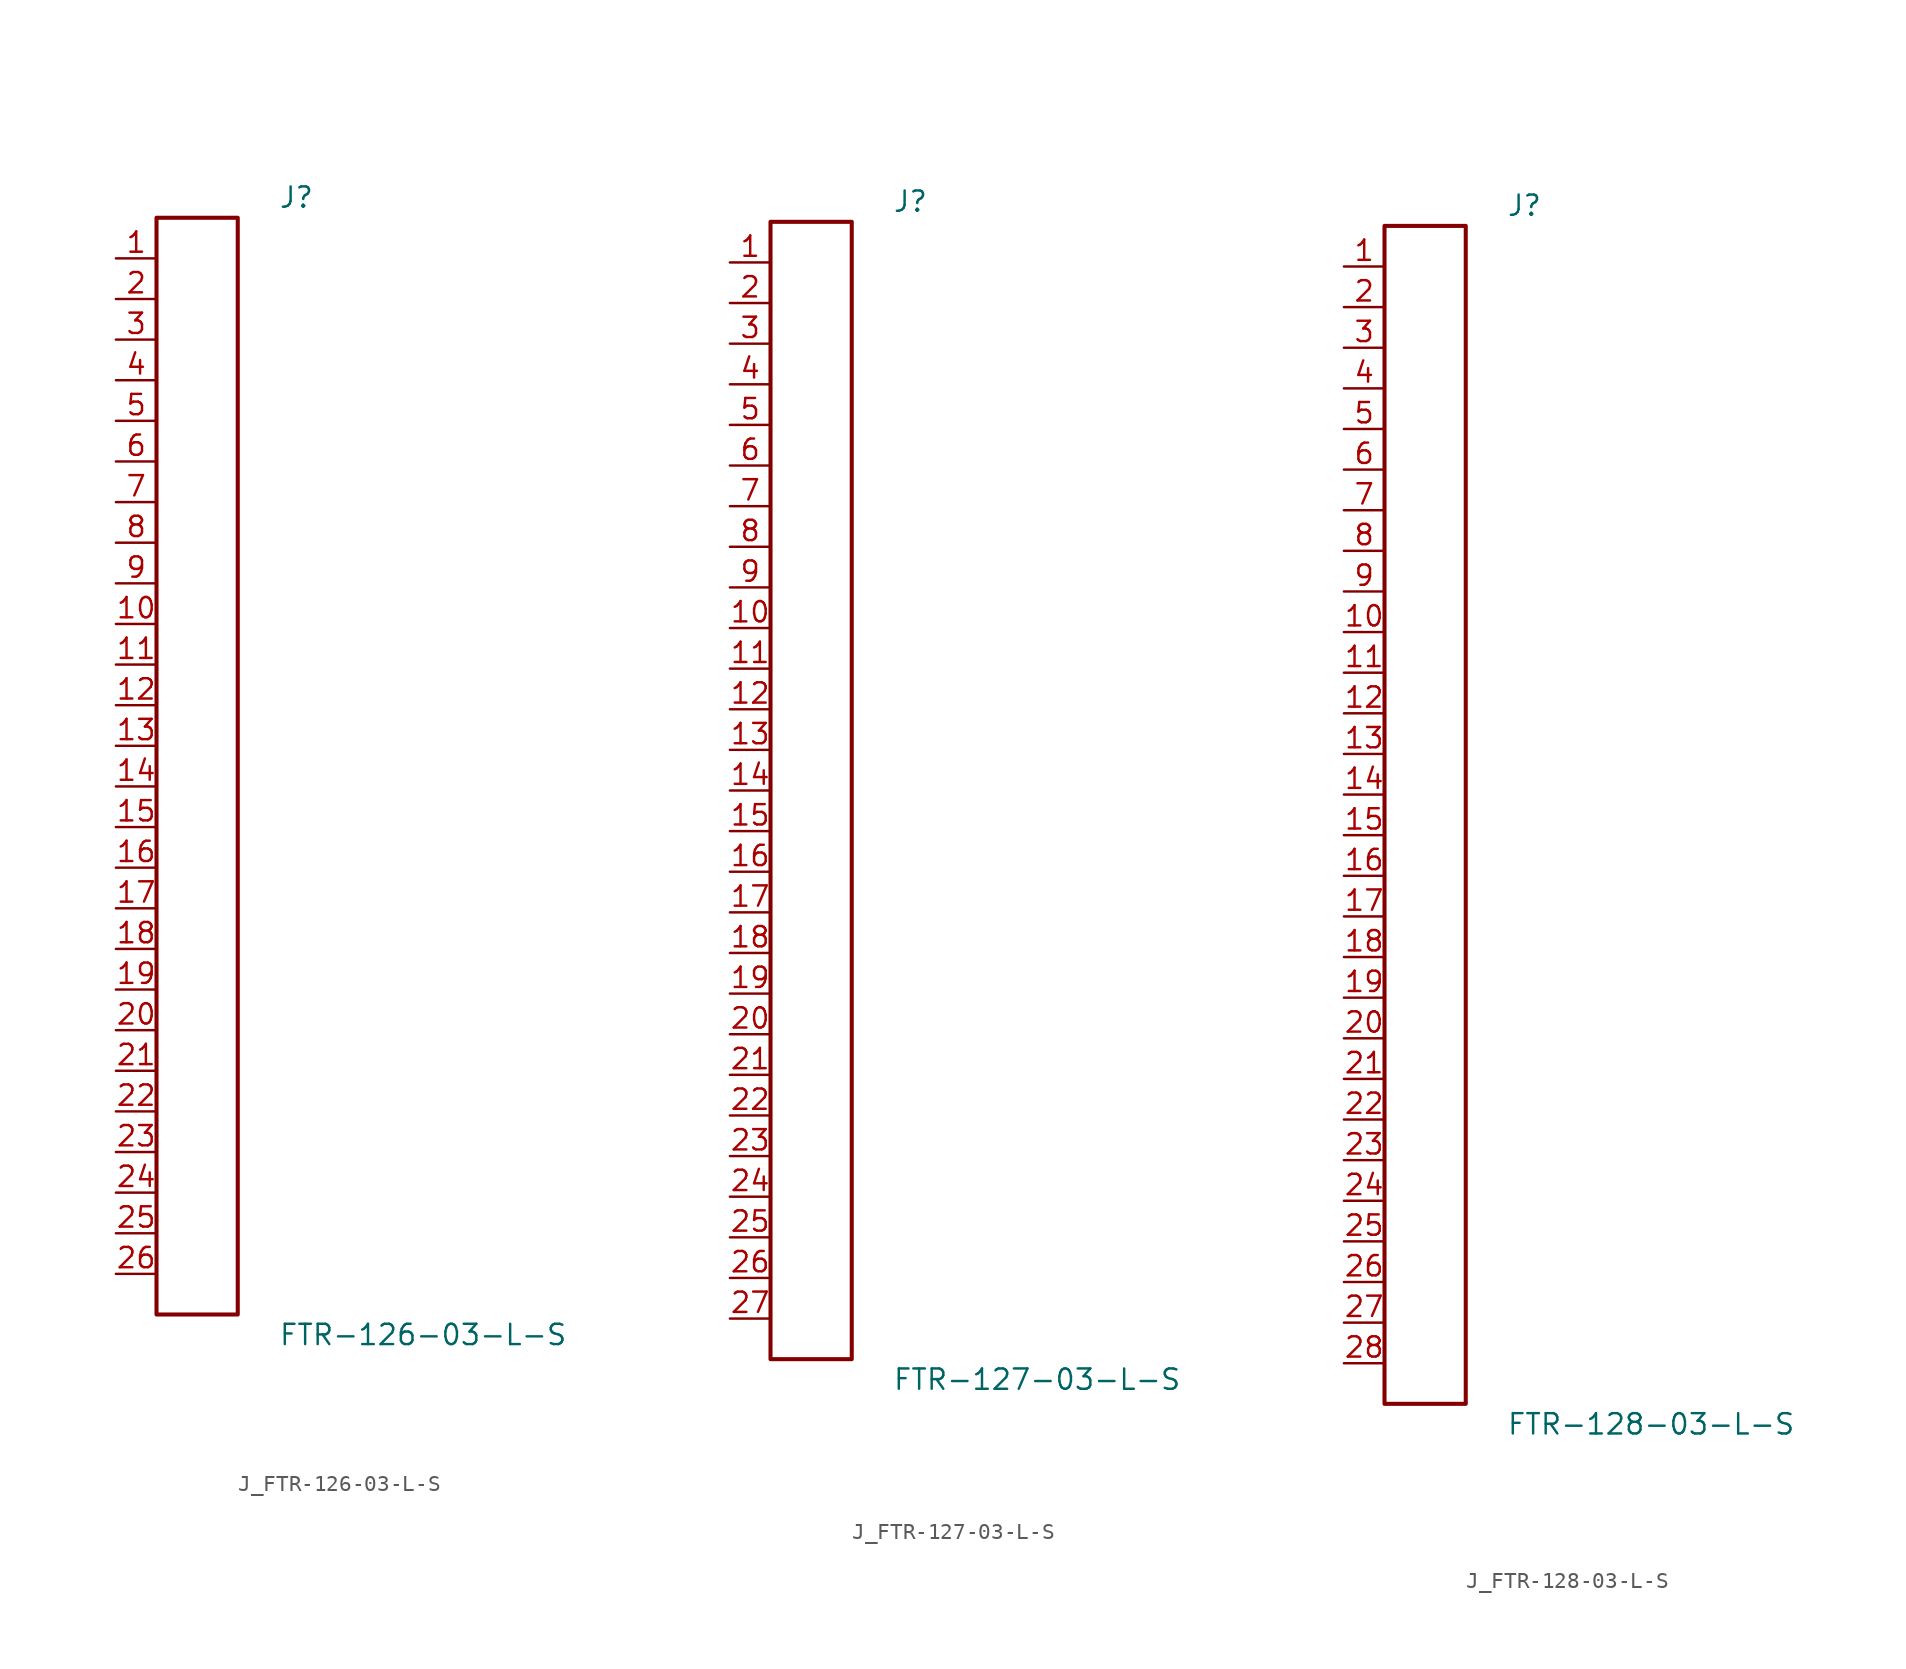
<source format=kicad_sym>
(kicad_symbol_lib
  (version 20231120)
  (generator kicad_symbol_editor)
  (generator_version 8.0)
  (symbol "J_FTR-126-03-L-S"
    (pin_names
      (offset 0.254))
    (property "Reference" "J"
      (at 5.08 35.56 0)
      (effects (font (size 1.27 1.27)) (justify left)))
    (property "Value" "FTR-126-03-L-S"
      (at 5.08 -35.56 0)
      (effects (font (size 1.27 1.27)) (justify left)))
    (symbol "J_FTR-126-03-L-S_0_0"
      (pin unspecified line (at -5.08 31.75 0) (length 2.54) (name "" (effects (font (size 1.27 1.27)))) (number "1" (effects (font (size 1.27 1.27)))))
      (pin unspecified line (at -5.08 29.21 0) (length 2.54) (name "" (effects (font (size 1.27 1.27)))) (number "2" (effects (font (size 1.27 1.27)))))
      (pin unspecified line (at -5.08 26.67 0) (length 2.54) (name "" (effects (font (size 1.27 1.27)))) (number "3" (effects (font (size 1.27 1.27)))))
      (pin unspecified line (at -5.08 24.13 0) (length 2.54) (name "" (effects (font (size 1.27 1.27)))) (number "4" (effects (font (size 1.27 1.27)))))
      (pin unspecified line (at -5.08 21.59 0) (length 2.54) (name "" (effects (font (size 1.27 1.27)))) (number "5" (effects (font (size 1.27 1.27)))))
      (pin unspecified line (at -5.08 19.05 0) (length 2.54) (name "" (effects (font (size 1.27 1.27)))) (number "6" (effects (font (size 1.27 1.27)))))
      (pin unspecified line (at -5.08 16.51 0) (length 2.54) (name "" (effects (font (size 1.27 1.27)))) (number "7" (effects (font (size 1.27 1.27)))))
      (pin unspecified line (at -5.08 13.97 0) (length 2.54) (name "" (effects (font (size 1.27 1.27)))) (number "8" (effects (font (size 1.27 1.27)))))
      (pin unspecified line (at -5.08 11.43 0) (length 2.54) (name "" (effects (font (size 1.27 1.27)))) (number "9" (effects (font (size 1.27 1.27)))))
      (pin unspecified line (at -5.08 8.89 0) (length 2.54) (name "" (effects (font (size 1.27 1.27)))) (number "10" (effects (font (size 1.27 1.27)))))
      (pin unspecified line (at -5.08 6.35 0) (length 2.54) (name "" (effects (font (size 1.27 1.27)))) (number "11" (effects (font (size 1.27 1.27)))))
      (pin unspecified line (at -5.08 3.81 0) (length 2.54) (name "" (effects (font (size 1.27 1.27)))) (number "12" (effects (font (size 1.27 1.27)))))
      (pin unspecified line (at -5.08 1.27 0) (length 2.54) (name "" (effects (font (size 1.27 1.27)))) (number "13" (effects (font (size 1.27 1.27)))))
      (pin unspecified line (at -5.08 -1.27 0) (length 2.54) (name "" (effects (font (size 1.27 1.27)))) (number "14" (effects (font (size 1.27 1.27)))))
      (pin unspecified line (at -5.08 -3.81 0) (length 2.54) (name "" (effects (font (size 1.27 1.27)))) (number "15" (effects (font (size 1.27 1.27)))))
      (pin unspecified line (at -5.08 -6.35 0) (length 2.54) (name "" (effects (font (size 1.27 1.27)))) (number "16" (effects (font (size 1.27 1.27)))))
      (pin unspecified line (at -5.08 -8.89 0) (length 2.54) (name "" (effects (font (size 1.27 1.27)))) (number "17" (effects (font (size 1.27 1.27)))))
      (pin unspecified line (at -5.08 -11.43 0) (length 2.54) (name "" (effects (font (size 1.27 1.27)))) (number "18" (effects (font (size 1.27 1.27)))))
      (pin unspecified line (at -5.08 -13.97 0) (length 2.54) (name "" (effects (font (size 1.27 1.27)))) (number "19" (effects (font (size 1.27 1.27)))))
      (pin unspecified line (at -5.08 -16.51 0) (length 2.54) (name "" (effects (font (size 1.27 1.27)))) (number "20" (effects (font (size 1.27 1.27)))))
      (pin unspecified line (at -5.08 -19.05 0) (length 2.54) (name "" (effects (font (size 1.27 1.27)))) (number "21" (effects (font (size 1.27 1.27)))))
      (pin unspecified line (at -5.08 -21.59 0) (length 2.54) (name "" (effects (font (size 1.27 1.27)))) (number "22" (effects (font (size 1.27 1.27)))))
      (pin unspecified line (at -5.08 -24.13 0) (length 2.54) (name "" (effects (font (size 1.27 1.27)))) (number "23" (effects (font (size 1.27 1.27)))))
      (pin unspecified line (at -5.08 -26.67 0) (length 2.54) (name "" (effects (font (size 1.27 1.27)))) (number "24" (effects (font (size 1.27 1.27)))))
      (pin unspecified line (at -5.08 -29.21 0) (length 2.54) (name "" (effects (font (size 1.27 1.27)))) (number "25" (effects (font (size 1.27 1.27)))))
      (pin unspecified line (at -5.08 -31.75 0) (length 2.54) (name "" (effects (font (size 1.27 1.27)))) (number "26" (effects (font (size 1.27 1.27))))))
    (symbol "J_FTR-126-03-L-S_1_0"
      (rectangle (start -2.54 34.29) (end 2.54 -34.29) (stroke (width 0.254) (type solid)) (fill (type none)))))
  (symbol "J_FTR-127-03-L-S"
    (pin_names
      (offset 0.254))
    (property "Reference" "J"
      (at 5.08 36.83 0)
      (effects (font (size 1.27 1.27)) (justify left)))
    (property "Value" "FTR-127-03-L-S"
      (at 5.08 -36.83 0)
      (effects (font (size 1.27 1.27)) (justify left)))
    (symbol "J_FTR-127-03-L-S_0_0"
      (pin unspecified line (at -5.08 33.02 0) (length 2.54) (name "" (effects (font (size 1.27 1.27)))) (number "1" (effects (font (size 1.27 1.27)))))
      (pin unspecified line (at -5.08 30.48 0) (length 2.54) (name "" (effects (font (size 1.27 1.27)))) (number "2" (effects (font (size 1.27 1.27)))))
      (pin unspecified line (at -5.08 27.94 0) (length 2.54) (name "" (effects (font (size 1.27 1.27)))) (number "3" (effects (font (size 1.27 1.27)))))
      (pin unspecified line (at -5.08 25.4 0) (length 2.54) (name "" (effects (font (size 1.27 1.27)))) (number "4" (effects (font (size 1.27 1.27)))))
      (pin unspecified line (at -5.08 22.86 0) (length 2.54) (name "" (effects (font (size 1.27 1.27)))) (number "5" (effects (font (size 1.27 1.27)))))
      (pin unspecified line (at -5.08 20.32 0) (length 2.54) (name "" (effects (font (size 1.27 1.27)))) (number "6" (effects (font (size 1.27 1.27)))))
      (pin unspecified line (at -5.08 17.78 0) (length 2.54) (name "" (effects (font (size 1.27 1.27)))) (number "7" (effects (font (size 1.27 1.27)))))
      (pin unspecified line (at -5.08 15.24 0) (length 2.54) (name "" (effects (font (size 1.27 1.27)))) (number "8" (effects (font (size 1.27 1.27)))))
      (pin unspecified line (at -5.08 12.7 0) (length 2.54) (name "" (effects (font (size 1.27 1.27)))) (number "9" (effects (font (size 1.27 1.27)))))
      (pin unspecified line (at -5.08 10.16 0) (length 2.54) (name "" (effects (font (size 1.27 1.27)))) (number "10" (effects (font (size 1.27 1.27)))))
      (pin unspecified line (at -5.08 7.62 0) (length 2.54) (name "" (effects (font (size 1.27 1.27)))) (number "11" (effects (font (size 1.27 1.27)))))
      (pin unspecified line (at -5.08 5.08 0) (length 2.54) (name "" (effects (font (size 1.27 1.27)))) (number "12" (effects (font (size 1.27 1.27)))))
      (pin unspecified line (at -5.08 2.54 0) (length 2.54) (name "" (effects (font (size 1.27 1.27)))) (number "13" (effects (font (size 1.27 1.27)))))
      (pin unspecified line (at -5.08 0.0 0) (length 2.54) (name "" (effects (font (size 1.27 1.27)))) (number "14" (effects (font (size 1.27 1.27)))))
      (pin unspecified line (at -5.08 -2.54 0) (length 2.54) (name "" (effects (font (size 1.27 1.27)))) (number "15" (effects (font (size 1.27 1.27)))))
      (pin unspecified line (at -5.08 -5.08 0) (length 2.54) (name "" (effects (font (size 1.27 1.27)))) (number "16" (effects (font (size 1.27 1.27)))))
      (pin unspecified line (at -5.08 -7.62 0) (length 2.54) (name "" (effects (font (size 1.27 1.27)))) (number "17" (effects (font (size 1.27 1.27)))))
      (pin unspecified line (at -5.08 -10.16 0) (length 2.54) (name "" (effects (font (size 1.27 1.27)))) (number "18" (effects (font (size 1.27 1.27)))))
      (pin unspecified line (at -5.08 -12.7 0) (length 2.54) (name "" (effects (font (size 1.27 1.27)))) (number "19" (effects (font (size 1.27 1.27)))))
      (pin unspecified line (at -5.08 -15.24 0) (length 2.54) (name "" (effects (font (size 1.27 1.27)))) (number "20" (effects (font (size 1.27 1.27)))))
      (pin unspecified line (at -5.08 -17.78 0) (length 2.54) (name "" (effects (font (size 1.27 1.27)))) (number "21" (effects (font (size 1.27 1.27)))))
      (pin unspecified line (at -5.08 -20.32 0) (length 2.54) (name "" (effects (font (size 1.27 1.27)))) (number "22" (effects (font (size 1.27 1.27)))))
      (pin unspecified line (at -5.08 -22.86 0) (length 2.54) (name "" (effects (font (size 1.27 1.27)))) (number "23" (effects (font (size 1.27 1.27)))))
      (pin unspecified line (at -5.08 -25.4 0) (length 2.54) (name "" (effects (font (size 1.27 1.27)))) (number "24" (effects (font (size 1.27 1.27)))))
      (pin unspecified line (at -5.08 -27.94 0) (length 2.54) (name "" (effects (font (size 1.27 1.27)))) (number "25" (effects (font (size 1.27 1.27)))))
      (pin unspecified line (at -5.08 -30.48 0) (length 2.54) (name "" (effects (font (size 1.27 1.27)))) (number "26" (effects (font (size 1.27 1.27)))))
      (pin unspecified line (at -5.08 -33.02 0) (length 2.54) (name "" (effects (font (size 1.27 1.27)))) (number "27" (effects (font (size 1.27 1.27))))))
    (symbol "J_FTR-127-03-L-S_1_0"
      (rectangle (start -2.54 35.56) (end 2.54 -35.56) (stroke (width 0.254) (type solid)) (fill (type none)))))
  (symbol "J_FTR-128-03-L-S"
    (pin_names
      (offset 0.254))
    (property "Reference" "J"
      (at 5.08 38.1 0)
      (effects (font (size 1.27 1.27)) (justify left)))
    (property "Value" "FTR-128-03-L-S"
      (at 5.08 -38.1 0)
      (effects (font (size 1.27 1.27)) (justify left)))
    (symbol "J_FTR-128-03-L-S_0_0"
      (pin unspecified line (at -5.08 34.29 0) (length 2.54) (name "" (effects (font (size 1.27 1.27)))) (number "1" (effects (font (size 1.27 1.27)))))
      (pin unspecified line (at -5.08 31.75 0) (length 2.54) (name "" (effects (font (size 1.27 1.27)))) (number "2" (effects (font (size 1.27 1.27)))))
      (pin unspecified line (at -5.08 29.21 0) (length 2.54) (name "" (effects (font (size 1.27 1.27)))) (number "3" (effects (font (size 1.27 1.27)))))
      (pin unspecified line (at -5.08 26.67 0) (length 2.54) (name "" (effects (font (size 1.27 1.27)))) (number "4" (effects (font (size 1.27 1.27)))))
      (pin unspecified line (at -5.08 24.13 0) (length 2.54) (name "" (effects (font (size 1.27 1.27)))) (number "5" (effects (font (size 1.27 1.27)))))
      (pin unspecified line (at -5.08 21.59 0) (length 2.54) (name "" (effects (font (size 1.27 1.27)))) (number "6" (effects (font (size 1.27 1.27)))))
      (pin unspecified line (at -5.08 19.05 0) (length 2.54) (name "" (effects (font (size 1.27 1.27)))) (number "7" (effects (font (size 1.27 1.27)))))
      (pin unspecified line (at -5.08 16.51 0) (length 2.54) (name "" (effects (font (size 1.27 1.27)))) (number "8" (effects (font (size 1.27 1.27)))))
      (pin unspecified line (at -5.08 13.97 0) (length 2.54) (name "" (effects (font (size 1.27 1.27)))) (number "9" (effects (font (size 1.27 1.27)))))
      (pin unspecified line (at -5.08 11.43 0) (length 2.54) (name "" (effects (font (size 1.27 1.27)))) (number "10" (effects (font (size 1.27 1.27)))))
      (pin unspecified line (at -5.08 8.89 0) (length 2.54) (name "" (effects (font (size 1.27 1.27)))) (number "11" (effects (font (size 1.27 1.27)))))
      (pin unspecified line (at -5.08 6.35 0) (length 2.54) (name "" (effects (font (size 1.27 1.27)))) (number "12" (effects (font (size 1.27 1.27)))))
      (pin unspecified line (at -5.08 3.81 0) (length 2.54) (name "" (effects (font (size 1.27 1.27)))) (number "13" (effects (font (size 1.27 1.27)))))
      (pin unspecified line (at -5.08 1.27 0) (length 2.54) (name "" (effects (font (size 1.27 1.27)))) (number "14" (effects (font (size 1.27 1.27)))))
      (pin unspecified line (at -5.08 -1.27 0) (length 2.54) (name "" (effects (font (size 1.27 1.27)))) (number "15" (effects (font (size 1.27 1.27)))))
      (pin unspecified line (at -5.08 -3.81 0) (length 2.54) (name "" (effects (font (size 1.27 1.27)))) (number "16" (effects (font (size 1.27 1.27)))))
      (pin unspecified line (at -5.08 -6.35 0) (length 2.54) (name "" (effects (font (size 1.27 1.27)))) (number "17" (effects (font (size 1.27 1.27)))))
      (pin unspecified line (at -5.08 -8.89 0) (length 2.54) (name "" (effects (font (size 1.27 1.27)))) (number "18" (effects (font (size 1.27 1.27)))))
      (pin unspecified line (at -5.08 -11.43 0) (length 2.54) (name "" (effects (font (size 1.27 1.27)))) (number "19" (effects (font (size 1.27 1.27)))))
      (pin unspecified line (at -5.08 -13.97 0) (length 2.54) (name "" (effects (font (size 1.27 1.27)))) (number "20" (effects (font (size 1.27 1.27)))))
      (pin unspecified line (at -5.08 -16.51 0) (length 2.54) (name "" (effects (font (size 1.27 1.27)))) (number "21" (effects (font (size 1.27 1.27)))))
      (pin unspecified line (at -5.08 -19.05 0) (length 2.54) (name "" (effects (font (size 1.27 1.27)))) (number "22" (effects (font (size 1.27 1.27)))))
      (pin unspecified line (at -5.08 -21.59 0) (length 2.54) (name "" (effects (font (size 1.27 1.27)))) (number "23" (effects (font (size 1.27 1.27)))))
      (pin unspecified line (at -5.08 -24.13 0) (length 2.54) (name "" (effects (font (size 1.27 1.27)))) (number "24" (effects (font (size 1.27 1.27)))))
      (pin unspecified line (at -5.08 -26.67 0) (length 2.54) (name "" (effects (font (size 1.27 1.27)))) (number "25" (effects (font (size 1.27 1.27)))))
      (pin unspecified line (at -5.08 -29.21 0) (length 2.54) (name "" (effects (font (size 1.27 1.27)))) (number "26" (effects (font (size 1.27 1.27)))))
      (pin unspecified line (at -5.08 -31.75 0) (length 2.54) (name "" (effects (font (size 1.27 1.27)))) (number "27" (effects (font (size 1.27 1.27)))))
      (pin unspecified line (at -5.08 -34.29 0) (length 2.54) (name "" (effects (font (size 1.27 1.27)))) (number "28" (effects (font (size 1.27 1.27))))))
    (symbol "J_FTR-128-03-L-S_1_0"
      (rectangle (start -2.54 36.83) (end 2.54 -36.83) (stroke (width 0.254) (type solid)) (fill (type none))))))
</source>
